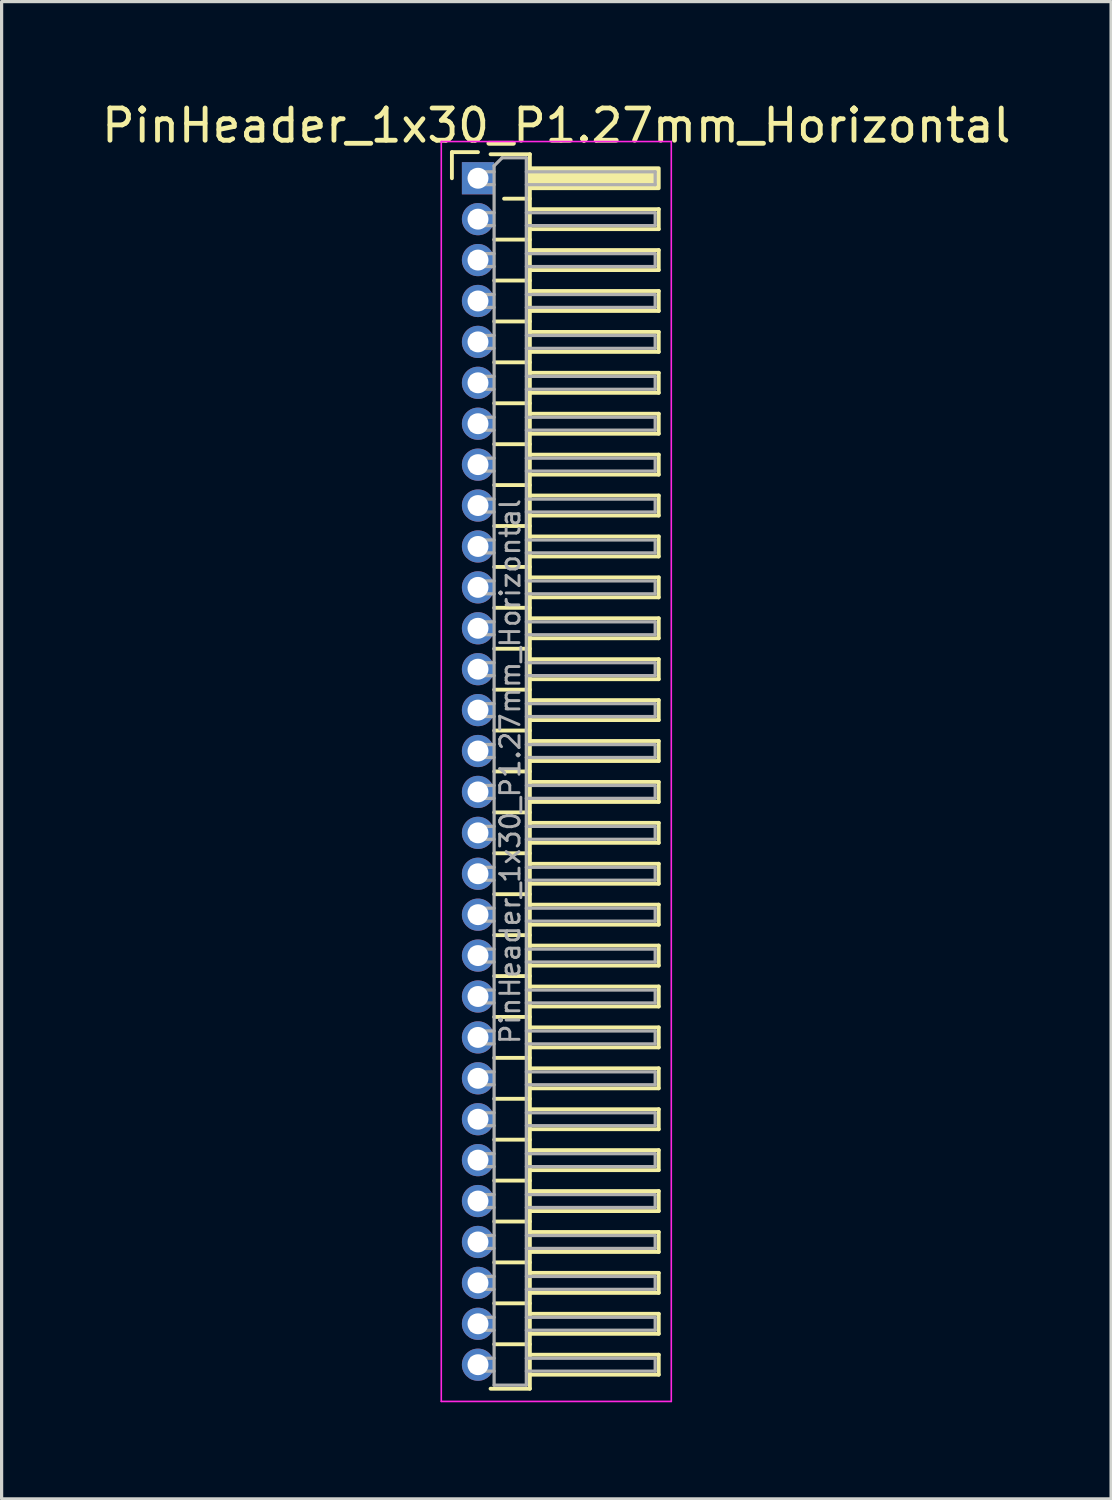
<source format=kicad_pcb>
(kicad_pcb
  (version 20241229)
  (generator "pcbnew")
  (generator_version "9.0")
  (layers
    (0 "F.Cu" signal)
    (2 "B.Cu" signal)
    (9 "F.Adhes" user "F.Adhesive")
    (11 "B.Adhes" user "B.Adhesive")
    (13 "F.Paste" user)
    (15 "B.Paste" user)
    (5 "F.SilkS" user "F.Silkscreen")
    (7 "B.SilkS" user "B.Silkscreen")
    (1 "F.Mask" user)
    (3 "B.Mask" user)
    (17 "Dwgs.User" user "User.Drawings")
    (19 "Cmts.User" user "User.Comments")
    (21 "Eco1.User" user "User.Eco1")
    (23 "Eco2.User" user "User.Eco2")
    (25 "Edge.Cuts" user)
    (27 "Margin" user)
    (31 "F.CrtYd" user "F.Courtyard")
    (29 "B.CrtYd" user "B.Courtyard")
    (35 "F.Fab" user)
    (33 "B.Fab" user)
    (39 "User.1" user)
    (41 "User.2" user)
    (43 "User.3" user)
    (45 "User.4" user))
  (footprint "PinHeader_1x30_P1.27mm_Horizontal"
    (layer "F.Cu")
    (at 11.788 2.483)
    (property "Reference" "PinHeader_1x30_P1.27mm_Horizontal" (at 2.433 -1.635 0) (layer "F.SilkS") (effects (font (size 1 1) (thickness 0.15))))
    (attr through_hole)
    (fp_line (start -0.81 -0.81) (end 0 -0.81) (stroke (width 0.12) (type solid)) (layer "F.SilkS"))
    (fp_line (start -0.81 0) (end -0.81 -0.81) (stroke (width 0.12) (type solid)) (layer "F.SilkS"))
    (fp_line (start 0.39 -0.745) (end 1.61 -0.745) (stroke (width 0.12) (type solid)) (layer "F.SilkS"))
    (fp_line (start 0.503 1.905) (end 1.61 1.905) (stroke (width 0.12) (type solid)) (layer "F.SilkS"))
    (fp_line (start 0.503 3.175) (end 1.61 3.175) (stroke (width 0.12) (type solid)) (layer "F.SilkS"))
    (fp_line (start 0.503 4.445) (end 1.61 4.445) (stroke (width 0.12) (type solid)) (layer "F.SilkS"))
    (fp_line (start 0.503 5.715) (end 1.61 5.715) (stroke (width 0.12) (type solid)) (layer "F.SilkS"))
    (fp_line (start 0.503 6.985) (end 1.61 6.985) (stroke (width 0.12) (type solid)) (layer "F.SilkS"))
    (fp_line (start 0.503 8.255) (end 1.61 8.255) (stroke (width 0.12) (type solid)) (layer "F.SilkS"))
    (fp_line (start 0.503 9.525) (end 1.61 9.525) (stroke (width 0.12) (type solid)) (layer "F.SilkS"))
    (fp_line (start 0.503 10.795) (end 1.61 10.795) (stroke (width 0.12) (type solid)) (layer "F.SilkS"))
    (fp_line (start 0.503 12.065) (end 1.61 12.065) (stroke (width 0.12) (type solid)) (layer "F.SilkS"))
    (fp_line (start 0.503 13.335) (end 1.61 13.335) (stroke (width 0.12) (type solid)) (layer "F.SilkS"))
    (fp_line (start 0.503 14.605) (end 1.61 14.605) (stroke (width 0.12) (type solid)) (layer "F.SilkS"))
    (fp_line (start 0.503 15.875) (end 1.61 15.875) (stroke (width 0.12) (type solid)) (layer "F.SilkS"))
    (fp_line (start 0.503 17.145) (end 1.61 17.145) (stroke (width 0.12) (type solid)) (layer "F.SilkS"))
    (fp_line (start 0.503 18.415) (end 1.61 18.415) (stroke (width 0.12) (type solid)) (layer "F.SilkS"))
    (fp_line (start 0.503 19.685) (end 1.61 19.685) (stroke (width 0.12) (type solid)) (layer "F.SilkS"))
    (fp_line (start 0.503 20.955) (end 1.61 20.955) (stroke (width 0.12) (type solid)) (layer "F.SilkS"))
    (fp_line (start 0.503 22.225) (end 1.61 22.225) (stroke (width 0.12) (type solid)) (layer "F.SilkS"))
    (fp_line (start 0.503 23.495) (end 1.61 23.495) (stroke (width 0.12) (type solid)) (layer "F.SilkS"))
    (fp_line (start 0.503 24.765) (end 1.61 24.765) (stroke (width 0.12) (type solid)) (layer "F.SilkS"))
    (fp_line (start 0.503 26.035) (end 1.61 26.035) (stroke (width 0.12) (type solid)) (layer "F.SilkS"))
    (fp_line (start 0.503 27.305) (end 1.61 27.305) (stroke (width 0.12) (type solid)) (layer "F.SilkS"))
    (fp_line (start 0.503 28.575) (end 1.61 28.575) (stroke (width 0.12) (type solid)) (layer "F.SilkS"))
    (fp_line (start 0.503 29.845) (end 1.61 29.845) (stroke (width 0.12) (type solid)) (layer "F.SilkS"))
    (fp_line (start 0.503 31.115) (end 1.61 31.115) (stroke (width 0.12) (type solid)) (layer "F.SilkS"))
    (fp_line (start 0.503 32.385) (end 1.61 32.385) (stroke (width 0.12) (type solid)) (layer "F.SilkS"))
    (fp_line (start 0.503 33.655) (end 1.61 33.655) (stroke (width 0.12) (type solid)) (layer "F.SilkS"))
    (fp_line (start 0.503 34.925) (end 1.61 34.925) (stroke (width 0.12) (type solid)) (layer "F.SilkS"))
    (fp_line (start 0.503 36.195) (end 1.61 36.195) (stroke (width 0.12) (type solid)) (layer "F.SilkS"))
    (fp_line (start 0.81 0.635) (end 1.61 0.635) (stroke (width 0.12) (type solid)) (layer "F.SilkS"))
    (fp_line (start 1.61 -0.745) (end 1.61 37.575) (stroke (width 0.12) (type solid)) (layer "F.SilkS"))
    (fp_line (start 1.61 0.96) (end 5.61 0.96) (stroke (width 0.12) (type solid)) (layer "F.SilkS"))
    (fp_line (start 1.61 2.23) (end 5.61 2.23) (stroke (width 0.12) (type solid)) (layer "F.SilkS"))
    (fp_line (start 1.61 3.5) (end 5.61 3.5) (stroke (width 0.12) (type solid)) (layer "F.SilkS"))
    (fp_line (start 1.61 4.77) (end 5.61 4.77) (stroke (width 0.12) (type solid)) (layer "F.SilkS"))
    (fp_line (start 1.61 6.04) (end 5.61 6.04) (stroke (width 0.12) (type solid)) (layer "F.SilkS"))
    (fp_line (start 1.61 7.31) (end 5.61 7.31) (stroke (width 0.12) (type solid)) (layer "F.SilkS"))
    (fp_line (start 1.61 8.58) (end 5.61 8.58) (stroke (width 0.12) (type solid)) (layer "F.SilkS"))
    (fp_line (start 1.61 9.85) (end 5.61 9.85) (stroke (width 0.12) (type solid)) (layer "F.SilkS"))
    (fp_line (start 1.61 11.12) (end 5.61 11.12) (stroke (width 0.12) (type solid)) (layer "F.SilkS"))
    (fp_line (start 1.61 12.39) (end 5.61 12.39) (stroke (width 0.12) (type solid)) (layer "F.SilkS"))
    (fp_line (start 1.61 13.66) (end 5.61 13.66) (stroke (width 0.12) (type solid)) (layer "F.SilkS"))
    (fp_line (start 1.61 14.93) (end 5.61 14.93) (stroke (width 0.12) (type solid)) (layer "F.SilkS"))
    (fp_line (start 1.61 16.2) (end 5.61 16.2) (stroke (width 0.12) (type solid)) (layer "F.SilkS"))
    (fp_line (start 1.61 17.47) (end 5.61 17.47) (stroke (width 0.12) (type solid)) (layer "F.SilkS"))
    (fp_line (start 1.61 18.74) (end 5.61 18.74) (stroke (width 0.12) (type solid)) (layer "F.SilkS"))
    (fp_line (start 1.61 20.01) (end 5.61 20.01) (stroke (width 0.12) (type solid)) (layer "F.SilkS"))
    (fp_line (start 1.61 21.28) (end 5.61 21.28) (stroke (width 0.12) (type solid)) (layer "F.SilkS"))
    (fp_line (start 1.61 22.55) (end 5.61 22.55) (stroke (width 0.12) (type solid)) (layer "F.SilkS"))
    (fp_line (start 1.61 23.82) (end 5.61 23.82) (stroke (width 0.12) (type solid)) (layer "F.SilkS"))
    (fp_line (start 1.61 25.09) (end 5.61 25.09) (stroke (width 0.12) (type solid)) (layer "F.SilkS"))
    (fp_line (start 1.61 26.36) (end 5.61 26.36) (stroke (width 0.12) (type solid)) (layer "F.SilkS"))
    (fp_line (start 1.61 27.63) (end 5.61 27.63) (stroke (width 0.12) (type solid)) (layer "F.SilkS"))
    (fp_line (start 1.61 28.9) (end 5.61 28.9) (stroke (width 0.12) (type solid)) (layer "F.SilkS"))
    (fp_line (start 1.61 30.17) (end 5.61 30.17) (stroke (width 0.12) (type solid)) (layer "F.SilkS"))
    (fp_line (start 1.61 31.44) (end 5.61 31.44) (stroke (width 0.12) (type solid)) (layer "F.SilkS"))
    (fp_line (start 1.61 32.71) (end 5.61 32.71) (stroke (width 0.12) (type solid)) (layer "F.SilkS"))
    (fp_line (start 1.61 33.98) (end 5.61 33.98) (stroke (width 0.12) (type solid)) (layer "F.SilkS"))
    (fp_line (start 1.61 35.25) (end 5.61 35.25) (stroke (width 0.12) (type solid)) (layer "F.SilkS"))
    (fp_line (start 1.61 36.52) (end 5.61 36.52) (stroke (width 0.12) (type solid)) (layer "F.SilkS"))
    (fp_line (start 1.61 37.575) (end 0.39 37.575) (stroke (width 0.12) (type solid)) (layer "F.SilkS"))
    (fp_line (start 5.61 0.96) (end 5.61 1.58) (stroke (width 0.12) (type solid)) (layer "F.SilkS"))
    (fp_line (start 5.61 1.58) (end 1.61 1.58) (stroke (width 0.12) (type solid)) (layer "F.SilkS"))
    (fp_line (start 5.61 2.23) (end 5.61 2.85) (stroke (width 0.12) (type solid)) (layer "F.SilkS"))
    (fp_line (start 5.61 2.85) (end 1.61 2.85) (stroke (width 0.12) (type solid)) (layer "F.SilkS"))
    (fp_line (start 5.61 3.5) (end 5.61 4.12) (stroke (width 0.12) (type solid)) (layer "F.SilkS"))
    (fp_line (start 5.61 4.12) (end 1.61 4.12) (stroke (width 0.12) (type solid)) (layer "F.SilkS"))
    (fp_line (start 5.61 4.77) (end 5.61 5.39) (stroke (width 0.12) (type solid)) (layer "F.SilkS"))
    (fp_line (start 5.61 5.39) (end 1.61 5.39) (stroke (width 0.12) (type solid)) (layer "F.SilkS"))
    (fp_line (start 5.61 6.04) (end 5.61 6.66) (stroke (width 0.12) (type solid)) (layer "F.SilkS"))
    (fp_line (start 5.61 6.66) (end 1.61 6.66) (stroke (width 0.12) (type solid)) (layer "F.SilkS"))
    (fp_line (start 5.61 7.31) (end 5.61 7.93) (stroke (width 0.12) (type solid)) (layer "F.SilkS"))
    (fp_line (start 5.61 7.93) (end 1.61 7.93) (stroke (width 0.12) (type solid)) (layer "F.SilkS"))
    (fp_line (start 5.61 8.58) (end 5.61 9.2) (stroke (width 0.12) (type solid)) (layer "F.SilkS"))
    (fp_line (start 5.61 9.2) (end 1.61 9.2) (stroke (width 0.12) (type solid)) (layer "F.SilkS"))
    (fp_line (start 5.61 9.85) (end 5.61 10.47) (stroke (width 0.12) (type solid)) (layer "F.SilkS"))
    (fp_line (start 5.61 10.47) (end 1.61 10.47) (stroke (width 0.12) (type solid)) (layer "F.SilkS"))
    (fp_line (start 5.61 11.12) (end 5.61 11.74) (stroke (width 0.12) (type solid)) (layer "F.SilkS"))
    (fp_line (start 5.61 11.74) (end 1.61 11.74) (stroke (width 0.12) (type solid)) (layer "F.SilkS"))
    (fp_line (start 5.61 12.39) (end 5.61 13.01) (stroke (width 0.12) (type solid)) (layer "F.SilkS"))
    (fp_line (start 5.61 13.01) (end 1.61 13.01) (stroke (width 0.12) (type solid)) (layer "F.SilkS"))
    (fp_line (start 5.61 13.66) (end 5.61 14.28) (stroke (width 0.12) (type solid)) (layer "F.SilkS"))
    (fp_line (start 5.61 14.28) (end 1.61 14.28) (stroke (width 0.12) (type solid)) (layer "F.SilkS"))
    (fp_line (start 5.61 14.93) (end 5.61 15.55) (stroke (width 0.12) (type solid)) (layer "F.SilkS"))
    (fp_line (start 5.61 15.55) (end 1.61 15.55) (stroke (width 0.12) (type solid)) (layer "F.SilkS"))
    (fp_line (start 5.61 16.2) (end 5.61 16.82) (stroke (width 0.12) (type solid)) (layer "F.SilkS"))
    (fp_line (start 5.61 16.82) (end 1.61 16.82) (stroke (width 0.12) (type solid)) (layer "F.SilkS"))
    (fp_line (start 5.61 17.47) (end 5.61 18.09) (stroke (width 0.12) (type solid)) (layer "F.SilkS"))
    (fp_line (start 5.61 18.09) (end 1.61 18.09) (stroke (width 0.12) (type solid)) (layer "F.SilkS"))
    (fp_line (start 5.61 18.74) (end 5.61 19.36) (stroke (width 0.12) (type solid)) (layer "F.SilkS"))
    (fp_line (start 5.61 19.36) (end 1.61 19.36) (stroke (width 0.12) (type solid)) (layer "F.SilkS"))
    (fp_line (start 5.61 20.01) (end 5.61 20.63) (stroke (width 0.12) (type solid)) (layer "F.SilkS"))
    (fp_line (start 5.61 20.63) (end 1.61 20.63) (stroke (width 0.12) (type solid)) (layer "F.SilkS"))
    (fp_line (start 5.61 21.28) (end 5.61 21.9) (stroke (width 0.12) (type solid)) (layer "F.SilkS"))
    (fp_line (start 5.61 21.9) (end 1.61 21.9) (stroke (width 0.12) (type solid)) (layer "F.SilkS"))
    (fp_line (start 5.61 22.55) (end 5.61 23.17) (stroke (width 0.12) (type solid)) (layer "F.SilkS"))
    (fp_line (start 5.61 23.17) (end 1.61 23.17) (stroke (width 0.12) (type solid)) (layer "F.SilkS"))
    (fp_line (start 5.61 23.82) (end 5.61 24.44) (stroke (width 0.12) (type solid)) (layer "F.SilkS"))
    (fp_line (start 5.61 24.44) (end 1.61 24.44) (stroke (width 0.12) (type solid)) (layer "F.SilkS"))
    (fp_line (start 5.61 25.09) (end 5.61 25.71) (stroke (width 0.12) (type solid)) (layer "F.SilkS"))
    (fp_line (start 5.61 25.71) (end 1.61 25.71) (stroke (width 0.12) (type solid)) (layer "F.SilkS"))
    (fp_line (start 5.61 26.36) (end 5.61 26.98) (stroke (width 0.12) (type solid)) (layer "F.SilkS"))
    (fp_line (start 5.61 26.98) (end 1.61 26.98) (stroke (width 0.12) (type solid)) (layer "F.SilkS"))
    (fp_line (start 5.61 27.63) (end 5.61 28.25) (stroke (width 0.12) (type solid)) (layer "F.SilkS"))
    (fp_line (start 5.61 28.25) (end 1.61 28.25) (stroke (width 0.12) (type solid)) (layer "F.SilkS"))
    (fp_line (start 5.61 28.9) (end 5.61 29.52) (stroke (width 0.12) (type solid)) (layer "F.SilkS"))
    (fp_line (start 5.61 29.52) (end 1.61 29.52) (stroke (width 0.12) (type solid)) (layer "F.SilkS"))
    (fp_line (start 5.61 30.17) (end 5.61 30.79) (stroke (width 0.12) (type solid)) (layer "F.SilkS"))
    (fp_line (start 5.61 30.79) (end 1.61 30.79) (stroke (width 0.12) (type solid)) (layer "F.SilkS"))
    (fp_line (start 5.61 31.44) (end 5.61 32.06) (stroke (width 0.12) (type solid)) (layer "F.SilkS"))
    (fp_line (start 5.61 32.06) (end 1.61 32.06) (stroke (width 0.12) (type solid)) (layer "F.SilkS"))
    (fp_line (start 5.61 32.71) (end 5.61 33.33) (stroke (width 0.12) (type solid)) (layer "F.SilkS"))
    (fp_line (start 5.61 33.33) (end 1.61 33.33) (stroke (width 0.12) (type solid)) (layer "F.SilkS"))
    (fp_line (start 5.61 33.98) (end 5.61 34.6) (stroke (width 0.12) (type solid)) (layer "F.SilkS"))
    (fp_line (start 5.61 34.6) (end 1.61 34.6) (stroke (width 0.12) (type solid)) (layer "F.SilkS"))
    (fp_line (start 5.61 35.25) (end 5.61 35.87) (stroke (width 0.12) (type solid)) (layer "F.SilkS"))
    (fp_line (start 5.61 35.87) (end 1.61 35.87) (stroke (width 0.12) (type solid)) (layer "F.SilkS"))
    (fp_line (start 5.61 36.52) (end 5.61 37.14) (stroke (width 0.12) (type solid)) (layer "F.SilkS"))
    (fp_line (start 5.61 37.14) (end 1.61 37.14) (stroke (width 0.12) (type solid)) (layer "F.SilkS"))
    (fp_rect (start 1.61 -0.31) (end 5.61 0.31) (stroke (width 0.12) (type solid)) (fill yes) (layer "F.SilkS"))
    (fp_line (start -1.14 -1.14) (end -1.14 37.97) (stroke (width 0.05) (type solid)) (layer "F.CrtYd"))
    (fp_line (start -1.14 37.97) (end 6 37.97) (stroke (width 0.05) (type solid)) (layer "F.CrtYd"))
    (fp_line (start 6 -1.14) (end -1.14 -1.14) (stroke (width 0.05) (type solid)) (layer "F.CrtYd"))
    (fp_line (start 6 37.97) (end 6 -1.14) (stroke (width 0.05) (type solid)) (layer "F.CrtYd"))
    (fp_line (start -0.2 -0.2) (end -0.2 0.2) (stroke (width 0.1) (type solid)) (layer "F.Fab"))
    (fp_line (start -0.2 -0.2) (end 0.5 -0.2) (stroke (width 0.1) (type solid)) (layer "F.Fab"))
    (fp_line (start -0.2 0.2) (end 0.5 0.2) (stroke (width 0.1) (type solid)) (layer "F.Fab"))
    (fp_line (start -0.2 1.07) (end -0.2 1.47) (stroke (width 0.1) (type solid)) (layer "F.Fab"))
    (fp_line (start -0.2 1.07) (end 0.5 1.07) (stroke (width 0.1) (type solid)) (layer "F.Fab"))
    (fp_line (start -0.2 1.47) (end 0.5 1.47) (stroke (width 0.1) (type solid)) (layer "F.Fab"))
    (fp_line (start -0.2 2.34) (end -0.2 2.74) (stroke (width 0.1) (type solid)) (layer "F.Fab"))
    (fp_line (start -0.2 2.34) (end 0.5 2.34) (stroke (width 0.1) (type solid)) (layer "F.Fab"))
    (fp_line (start -0.2 2.74) (end 0.5 2.74) (stroke (width 0.1) (type solid)) (layer "F.Fab"))
    (fp_line (start -0.2 3.61) (end -0.2 4.01) (stroke (width 0.1) (type solid)) (layer "F.Fab"))
    (fp_line (start -0.2 3.61) (end 0.5 3.61) (stroke (width 0.1) (type solid)) (layer "F.Fab"))
    (fp_line (start -0.2 4.01) (end 0.5 4.01) (stroke (width 0.1) (type solid)) (layer "F.Fab"))
    (fp_line (start -0.2 4.88) (end -0.2 5.28) (stroke (width 0.1) (type solid)) (layer "F.Fab"))
    (fp_line (start -0.2 4.88) (end 0.5 4.88) (stroke (width 0.1) (type solid)) (layer "F.Fab"))
    (fp_line (start -0.2 5.28) (end 0.5 5.28) (stroke (width 0.1) (type solid)) (layer "F.Fab"))
    (fp_line (start -0.2 6.15) (end -0.2 6.55) (stroke (width 0.1) (type solid)) (layer "F.Fab"))
    (fp_line (start -0.2 6.15) (end 0.5 6.15) (stroke (width 0.1) (type solid)) (layer "F.Fab"))
    (fp_line (start -0.2 6.55) (end 0.5 6.55) (stroke (width 0.1) (type solid)) (layer "F.Fab"))
    (fp_line (start -0.2 7.42) (end -0.2 7.82) (stroke (width 0.1) (type solid)) (layer "F.Fab"))
    (fp_line (start -0.2 7.42) (end 0.5 7.42) (stroke (width 0.1) (type solid)) (layer "F.Fab"))
    (fp_line (start -0.2 7.82) (end 0.5 7.82) (stroke (width 0.1) (type solid)) (layer "F.Fab"))
    (fp_line (start -0.2 8.69) (end -0.2 9.09) (stroke (width 0.1) (type solid)) (layer "F.Fab"))
    (fp_line (start -0.2 8.69) (end 0.5 8.69) (stroke (width 0.1) (type solid)) (layer "F.Fab"))
    (fp_line (start -0.2 9.09) (end 0.5 9.09) (stroke (width 0.1) (type solid)) (layer "F.Fab"))
    (fp_line (start -0.2 9.96) (end -0.2 10.36) (stroke (width 0.1) (type solid)) (layer "F.Fab"))
    (fp_line (start -0.2 9.96) (end 0.5 9.96) (stroke (width 0.1) (type solid)) (layer "F.Fab"))
    (fp_line (start -0.2 10.36) (end 0.5 10.36) (stroke (width 0.1) (type solid)) (layer "F.Fab"))
    (fp_line (start -0.2 11.23) (end -0.2 11.63) (stroke (width 0.1) (type solid)) (layer "F.Fab"))
    (fp_line (start -0.2 11.23) (end 0.5 11.23) (stroke (width 0.1) (type solid)) (layer "F.Fab"))
    (fp_line (start -0.2 11.63) (end 0.5 11.63) (stroke (width 0.1) (type solid)) (layer "F.Fab"))
    (fp_line (start -0.2 12.5) (end -0.2 12.9) (stroke (width 0.1) (type solid)) (layer "F.Fab"))
    (fp_line (start -0.2 12.5) (end 0.5 12.5) (stroke (width 0.1) (type solid)) (layer "F.Fab"))
    (fp_line (start -0.2 12.9) (end 0.5 12.9) (stroke (width 0.1) (type solid)) (layer "F.Fab"))
    (fp_line (start -0.2 13.77) (end -0.2 14.17) (stroke (width 0.1) (type solid)) (layer "F.Fab"))
    (fp_line (start -0.2 13.77) (end 0.5 13.77) (stroke (width 0.1) (type solid)) (layer "F.Fab"))
    (fp_line (start -0.2 14.17) (end 0.5 14.17) (stroke (width 0.1) (type solid)) (layer "F.Fab"))
    (fp_line (start -0.2 15.04) (end -0.2 15.44) (stroke (width 0.1) (type solid)) (layer "F.Fab"))
    (fp_line (start -0.2 15.04) (end 0.5 15.04) (stroke (width 0.1) (type solid)) (layer "F.Fab"))
    (fp_line (start -0.2 15.44) (end 0.5 15.44) (stroke (width 0.1) (type solid)) (layer "F.Fab"))
    (fp_line (start -0.2 16.31) (end -0.2 16.71) (stroke (width 0.1) (type solid)) (layer "F.Fab"))
    (fp_line (start -0.2 16.31) (end 0.5 16.31) (stroke (width 0.1) (type solid)) (layer "F.Fab"))
    (fp_line (start -0.2 16.71) (end 0.5 16.71) (stroke (width 0.1) (type solid)) (layer "F.Fab"))
    (fp_line (start -0.2 17.58) (end -0.2 17.98) (stroke (width 0.1) (type solid)) (layer "F.Fab"))
    (fp_line (start -0.2 17.58) (end 0.5 17.58) (stroke (width 0.1) (type solid)) (layer "F.Fab"))
    (fp_line (start -0.2 17.98) (end 0.5 17.98) (stroke (width 0.1) (type solid)) (layer "F.Fab"))
    (fp_line (start -0.2 18.85) (end -0.2 19.25) (stroke (width 0.1) (type solid)) (layer "F.Fab"))
    (fp_line (start -0.2 18.85) (end 0.5 18.85) (stroke (width 0.1) (type solid)) (layer "F.Fab"))
    (fp_line (start -0.2 19.25) (end 0.5 19.25) (stroke (width 0.1) (type solid)) (layer "F.Fab"))
    (fp_line (start -0.2 20.12) (end -0.2 20.52) (stroke (width 0.1) (type solid)) (layer "F.Fab"))
    (fp_line (start -0.2 20.12) (end 0.5 20.12) (stroke (width 0.1) (type solid)) (layer "F.Fab"))
    (fp_line (start -0.2 20.52) (end 0.5 20.52) (stroke (width 0.1) (type solid)) (layer "F.Fab"))
    (fp_line (start -0.2 21.39) (end -0.2 21.79) (stroke (width 0.1) (type solid)) (layer "F.Fab"))
    (fp_line (start -0.2 21.39) (end 0.5 21.39) (stroke (width 0.1) (type solid)) (layer "F.Fab"))
    (fp_line (start -0.2 21.79) (end 0.5 21.79) (stroke (width 0.1) (type solid)) (layer "F.Fab"))
    (fp_line (start -0.2 22.66) (end -0.2 23.06) (stroke (width 0.1) (type solid)) (layer "F.Fab"))
    (fp_line (start -0.2 22.66) (end 0.5 22.66) (stroke (width 0.1) (type solid)) (layer "F.Fab"))
    (fp_line (start -0.2 23.06) (end 0.5 23.06) (stroke (width 0.1) (type solid)) (layer "F.Fab"))
    (fp_line (start -0.2 23.93) (end -0.2 24.33) (stroke (width 0.1) (type solid)) (layer "F.Fab"))
    (fp_line (start -0.2 23.93) (end 0.5 23.93) (stroke (width 0.1) (type solid)) (layer "F.Fab"))
    (fp_line (start -0.2 24.33) (end 0.5 24.33) (stroke (width 0.1) (type solid)) (layer "F.Fab"))
    (fp_line (start -0.2 25.2) (end -0.2 25.6) (stroke (width 0.1) (type solid)) (layer "F.Fab"))
    (fp_line (start -0.2 25.2) (end 0.5 25.2) (stroke (width 0.1) (type solid)) (layer "F.Fab"))
    (fp_line (start -0.2 25.6) (end 0.5 25.6) (stroke (width 0.1) (type solid)) (layer "F.Fab"))
    (fp_line (start -0.2 26.47) (end -0.2 26.87) (stroke (width 0.1) (type solid)) (layer "F.Fab"))
    (fp_line (start -0.2 26.47) (end 0.5 26.47) (stroke (width 0.1) (type solid)) (layer "F.Fab"))
    (fp_line (start -0.2 26.87) (end 0.5 26.87) (stroke (width 0.1) (type solid)) (layer "F.Fab"))
    (fp_line (start -0.2 27.74) (end -0.2 28.14) (stroke (width 0.1) (type solid)) (layer "F.Fab"))
    (fp_line (start -0.2 27.74) (end 0.5 27.74) (stroke (width 0.1) (type solid)) (layer "F.Fab"))
    (fp_line (start -0.2 28.14) (end 0.5 28.14) (stroke (width 0.1) (type solid)) (layer "F.Fab"))
    (fp_line (start -0.2 29.01) (end -0.2 29.41) (stroke (width 0.1) (type solid)) (layer "F.Fab"))
    (fp_line (start -0.2 29.01) (end 0.5 29.01) (stroke (width 0.1) (type solid)) (layer "F.Fab"))
    (fp_line (start -0.2 29.41) (end 0.5 29.41) (stroke (width 0.1) (type solid)) (layer "F.Fab"))
    (fp_line (start -0.2 30.28) (end -0.2 30.68) (stroke (width 0.1) (type solid)) (layer "F.Fab"))
    (fp_line (start -0.2 30.28) (end 0.5 30.28) (stroke (width 0.1) (type solid)) (layer "F.Fab"))
    (fp_line (start -0.2 30.68) (end 0.5 30.68) (stroke (width 0.1) (type solid)) (layer "F.Fab"))
    (fp_line (start -0.2 31.55) (end -0.2 31.95) (stroke (width 0.1) (type solid)) (layer "F.Fab"))
    (fp_line (start -0.2 31.55) (end 0.5 31.55) (stroke (width 0.1) (type solid)) (layer "F.Fab"))
    (fp_line (start -0.2 31.95) (end 0.5 31.95) (stroke (width 0.1) (type solid)) (layer "F.Fab"))
    (fp_line (start -0.2 32.82) (end -0.2 33.22) (stroke (width 0.1) (type solid)) (layer "F.Fab"))
    (fp_line (start -0.2 32.82) (end 0.5 32.82) (stroke (width 0.1) (type solid)) (layer "F.Fab"))
    (fp_line (start -0.2 33.22) (end 0.5 33.22) (stroke (width 0.1) (type solid)) (layer "F.Fab"))
    (fp_line (start -0.2 34.09) (end -0.2 34.49) (stroke (width 0.1) (type solid)) (layer "F.Fab"))
    (fp_line (start -0.2 34.09) (end 0.5 34.09) (stroke (width 0.1) (type solid)) (layer "F.Fab"))
    (fp_line (start -0.2 34.49) (end 0.5 34.49) (stroke (width 0.1) (type solid)) (layer "F.Fab"))
    (fp_line (start -0.2 35.36) (end -0.2 35.76) (stroke (width 0.1) (type solid)) (layer "F.Fab"))
    (fp_line (start -0.2 35.36) (end 0.5 35.36) (stroke (width 0.1) (type solid)) (layer "F.Fab"))
    (fp_line (start -0.2 35.76) (end 0.5 35.76) (stroke (width 0.1) (type solid)) (layer "F.Fab"))
    (fp_line (start -0.2 36.63) (end -0.2 37.03) (stroke (width 0.1) (type solid)) (layer "F.Fab"))
    (fp_line (start -0.2 36.63) (end 0.5 36.63) (stroke (width 0.1) (type solid)) (layer "F.Fab"))
    (fp_line (start -0.2 37.03) (end 0.5 37.03) (stroke (width 0.1) (type solid)) (layer "F.Fab"))
    (fp_line (start 0.5 -0.385) (end 0.75 -0.635) (stroke (width 0.1) (type solid)) (layer "F.Fab"))
    (fp_line (start 0.5 37.465) (end 0.5 -0.385) (stroke (width 0.1) (type solid)) (layer "F.Fab"))
    (fp_line (start 0.75 -0.635) (end 1.5 -0.635) (stroke (width 0.1) (type solid)) (layer "F.Fab"))
    (fp_line (start 1.5 -0.635) (end 1.5 37.465) (stroke (width 0.1) (type solid)) (layer "F.Fab"))
    (fp_line (start 1.5 -0.2) (end 5.5 -0.2) (stroke (width 0.1) (type solid)) (layer "F.Fab"))
    (fp_line (start 1.5 0.2) (end 5.5 0.2) (stroke (width 0.1) (type solid)) (layer "F.Fab"))
    (fp_line (start 1.5 1.07) (end 5.5 1.07) (stroke (width 0.1) (type solid)) (layer "F.Fab"))
    (fp_line (start 1.5 1.47) (end 5.5 1.47) (stroke (width 0.1) (type solid)) (layer "F.Fab"))
    (fp_line (start 1.5 2.34) (end 5.5 2.34) (stroke (width 0.1) (type solid)) (layer "F.Fab"))
    (fp_line (start 1.5 2.74) (end 5.5 2.74) (stroke (width 0.1) (type solid)) (layer "F.Fab"))
    (fp_line (start 1.5 3.61) (end 5.5 3.61) (stroke (width 0.1) (type solid)) (layer "F.Fab"))
    (fp_line (start 1.5 4.01) (end 5.5 4.01) (stroke (width 0.1) (type solid)) (layer "F.Fab"))
    (fp_line (start 1.5 4.88) (end 5.5 4.88) (stroke (width 0.1) (type solid)) (layer "F.Fab"))
    (fp_line (start 1.5 5.28) (end 5.5 5.28) (stroke (width 0.1) (type solid)) (layer "F.Fab"))
    (fp_line (start 1.5 6.15) (end 5.5 6.15) (stroke (width 0.1) (type solid)) (layer "F.Fab"))
    (fp_line (start 1.5 6.55) (end 5.5 6.55) (stroke (width 0.1) (type solid)) (layer "F.Fab"))
    (fp_line (start 1.5 7.42) (end 5.5 7.42) (stroke (width 0.1) (type solid)) (layer "F.Fab"))
    (fp_line (start 1.5 7.82) (end 5.5 7.82) (stroke (width 0.1) (type solid)) (layer "F.Fab"))
    (fp_line (start 1.5 8.69) (end 5.5 8.69) (stroke (width 0.1) (type solid)) (layer "F.Fab"))
    (fp_line (start 1.5 9.09) (end 5.5 9.09) (stroke (width 0.1) (type solid)) (layer "F.Fab"))
    (fp_line (start 1.5 9.96) (end 5.5 9.96) (stroke (width 0.1) (type solid)) (layer "F.Fab"))
    (fp_line (start 1.5 10.36) (end 5.5 10.36) (stroke (width 0.1) (type solid)) (layer "F.Fab"))
    (fp_line (start 1.5 11.23) (end 5.5 11.23) (stroke (width 0.1) (type solid)) (layer "F.Fab"))
    (fp_line (start 1.5 11.63) (end 5.5 11.63) (stroke (width 0.1) (type solid)) (layer "F.Fab"))
    (fp_line (start 1.5 12.5) (end 5.5 12.5) (stroke (width 0.1) (type solid)) (layer "F.Fab"))
    (fp_line (start 1.5 12.9) (end 5.5 12.9) (stroke (width 0.1) (type solid)) (layer "F.Fab"))
    (fp_line (start 1.5 13.77) (end 5.5 13.77) (stroke (width 0.1) (type solid)) (layer "F.Fab"))
    (fp_line (start 1.5 14.17) (end 5.5 14.17) (stroke (width 0.1) (type solid)) (layer "F.Fab"))
    (fp_line (start 1.5 15.04) (end 5.5 15.04) (stroke (width 0.1) (type solid)) (layer "F.Fab"))
    (fp_line (start 1.5 15.44) (end 5.5 15.44) (stroke (width 0.1) (type solid)) (layer "F.Fab"))
    (fp_line (start 1.5 16.31) (end 5.5 16.31) (stroke (width 0.1) (type solid)) (layer "F.Fab"))
    (fp_line (start 1.5 16.71) (end 5.5 16.71) (stroke (width 0.1) (type solid)) (layer "F.Fab"))
    (fp_line (start 1.5 17.58) (end 5.5 17.58) (stroke (width 0.1) (type solid)) (layer "F.Fab"))
    (fp_line (start 1.5 17.98) (end 5.5 17.98) (stroke (width 0.1) (type solid)) (layer "F.Fab"))
    (fp_line (start 1.5 18.85) (end 5.5 18.85) (stroke (width 0.1) (type solid)) (layer "F.Fab"))
    (fp_line (start 1.5 19.25) (end 5.5 19.25) (stroke (width 0.1) (type solid)) (layer "F.Fab"))
    (fp_line (start 1.5 20.12) (end 5.5 20.12) (stroke (width 0.1) (type solid)) (layer "F.Fab"))
    (fp_line (start 1.5 20.52) (end 5.5 20.52) (stroke (width 0.1) (type solid)) (layer "F.Fab"))
    (fp_line (start 1.5 21.39) (end 5.5 21.39) (stroke (width 0.1) (type solid)) (layer "F.Fab"))
    (fp_line (start 1.5 21.79) (end 5.5 21.79) (stroke (width 0.1) (type solid)) (layer "F.Fab"))
    (fp_line (start 1.5 22.66) (end 5.5 22.66) (stroke (width 0.1) (type solid)) (layer "F.Fab"))
    (fp_line (start 1.5 23.06) (end 5.5 23.06) (stroke (width 0.1) (type solid)) (layer "F.Fab"))
    (fp_line (start 1.5 23.93) (end 5.5 23.93) (stroke (width 0.1) (type solid)) (layer "F.Fab"))
    (fp_line (start 1.5 24.33) (end 5.5 24.33) (stroke (width 0.1) (type solid)) (layer "F.Fab"))
    (fp_line (start 1.5 25.2) (end 5.5 25.2) (stroke (width 0.1) (type solid)) (layer "F.Fab"))
    (fp_line (start 1.5 25.6) (end 5.5 25.6) (stroke (width 0.1) (type solid)) (layer "F.Fab"))
    (fp_line (start 1.5 26.47) (end 5.5 26.47) (stroke (width 0.1) (type solid)) (layer "F.Fab"))
    (fp_line (start 1.5 26.87) (end 5.5 26.87) (stroke (width 0.1) (type solid)) (layer "F.Fab"))
    (fp_line (start 1.5 27.74) (end 5.5 27.74) (stroke (width 0.1) (type solid)) (layer "F.Fab"))
    (fp_line (start 1.5 28.14) (end 5.5 28.14) (stroke (width 0.1) (type solid)) (layer "F.Fab"))
    (fp_line (start 1.5 29.01) (end 5.5 29.01) (stroke (width 0.1) (type solid)) (layer "F.Fab"))
    (fp_line (start 1.5 29.41) (end 5.5 29.41) (stroke (width 0.1) (type solid)) (layer "F.Fab"))
    (fp_line (start 1.5 30.28) (end 5.5 30.28) (stroke (width 0.1) (type solid)) (layer "F.Fab"))
    (fp_line (start 1.5 30.68) (end 5.5 30.68) (stroke (width 0.1) (type solid)) (layer "F.Fab"))
    (fp_line (start 1.5 31.55) (end 5.5 31.55) (stroke (width 0.1) (type solid)) (layer "F.Fab"))
    (fp_line (start 1.5 31.95) (end 5.5 31.95) (stroke (width 0.1) (type solid)) (layer "F.Fab"))
    (fp_line (start 1.5 32.82) (end 5.5 32.82) (stroke (width 0.1) (type solid)) (layer "F.Fab"))
    (fp_line (start 1.5 33.22) (end 5.5 33.22) (stroke (width 0.1) (type solid)) (layer "F.Fab"))
    (fp_line (start 1.5 34.09) (end 5.5 34.09) (stroke (width 0.1) (type solid)) (layer "F.Fab"))
    (fp_line (start 1.5 34.49) (end 5.5 34.49) (stroke (width 0.1) (type solid)) (layer "F.Fab"))
    (fp_line (start 1.5 35.36) (end 5.5 35.36) (stroke (width 0.1) (type solid)) (layer "F.Fab"))
    (fp_line (start 1.5 35.76) (end 5.5 35.76) (stroke (width 0.1) (type solid)) (layer "F.Fab"))
    (fp_line (start 1.5 36.63) (end 5.5 36.63) (stroke (width 0.1) (type solid)) (layer "F.Fab"))
    (fp_line (start 1.5 37.03) (end 5.5 37.03) (stroke (width 0.1) (type solid)) (layer "F.Fab"))
    (fp_line (start 1.5 37.465) (end 0.5 37.465) (stroke (width 0.1) (type solid)) (layer "F.Fab"))
    (fp_line (start 5.5 -0.2) (end 5.5 0.2) (stroke (width 0.1) (type solid)) (layer "F.Fab"))
    (fp_line (start 5.5 1.07) (end 5.5 1.47) (stroke (width 0.1) (type solid)) (layer "F.Fab"))
    (fp_line (start 5.5 2.34) (end 5.5 2.74) (stroke (width 0.1) (type solid)) (layer "F.Fab"))
    (fp_line (start 5.5 3.61) (end 5.5 4.01) (stroke (width 0.1) (type solid)) (layer "F.Fab"))
    (fp_line (start 5.5 4.88) (end 5.5 5.28) (stroke (width 0.1) (type solid)) (layer "F.Fab"))
    (fp_line (start 5.5 6.15) (end 5.5 6.55) (stroke (width 0.1) (type solid)) (layer "F.Fab"))
    (fp_line (start 5.5 7.42) (end 5.5 7.82) (stroke (width 0.1) (type solid)) (layer "F.Fab"))
    (fp_line (start 5.5 8.69) (end 5.5 9.09) (stroke (width 0.1) (type solid)) (layer "F.Fab"))
    (fp_line (start 5.5 9.96) (end 5.5 10.36) (stroke (width 0.1) (type solid)) (layer "F.Fab"))
    (fp_line (start 5.5 11.23) (end 5.5 11.63) (stroke (width 0.1) (type solid)) (layer "F.Fab"))
    (fp_line (start 5.5 12.5) (end 5.5 12.9) (stroke (width 0.1) (type solid)) (layer "F.Fab"))
    (fp_line (start 5.5 13.77) (end 5.5 14.17) (stroke (width 0.1) (type solid)) (layer "F.Fab"))
    (fp_line (start 5.5 15.04) (end 5.5 15.44) (stroke (width 0.1) (type solid)) (layer "F.Fab"))
    (fp_line (start 5.5 16.31) (end 5.5 16.71) (stroke (width 0.1) (type solid)) (layer "F.Fab"))
    (fp_line (start 5.5 17.58) (end 5.5 17.98) (stroke (width 0.1) (type solid)) (layer "F.Fab"))
    (fp_line (start 5.5 18.85) (end 5.5 19.25) (stroke (width 0.1) (type solid)) (layer "F.Fab"))
    (fp_line (start 5.5 20.12) (end 5.5 20.52) (stroke (width 0.1) (type solid)) (layer "F.Fab"))
    (fp_line (start 5.5 21.39) (end 5.5 21.79) (stroke (width 0.1) (type solid)) (layer "F.Fab"))
    (fp_line (start 5.5 22.66) (end 5.5 23.06) (stroke (width 0.1) (type solid)) (layer "F.Fab"))
    (fp_line (start 5.5 23.93) (end 5.5 24.33) (stroke (width 0.1) (type solid)) (layer "F.Fab"))
    (fp_line (start 5.5 25.2) (end 5.5 25.6) (stroke (width 0.1) (type solid)) (layer "F.Fab"))
    (fp_line (start 5.5 26.47) (end 5.5 26.87) (stroke (width 0.1) (type solid)) (layer "F.Fab"))
    (fp_line (start 5.5 27.74) (end 5.5 28.14) (stroke (width 0.1) (type solid)) (layer "F.Fab"))
    (fp_line (start 5.5 29.01) (end 5.5 29.41) (stroke (width 0.1) (type solid)) (layer "F.Fab"))
    (fp_line (start 5.5 30.28) (end 5.5 30.68) (stroke (width 0.1) (type solid)) (layer "F.Fab"))
    (fp_line (start 5.5 31.55) (end 5.5 31.95) (stroke (width 0.1) (type solid)) (layer "F.Fab"))
    (fp_line (start 5.5 32.82) (end 5.5 33.22) (stroke (width 0.1) (type solid)) (layer "F.Fab"))
    (fp_line (start 5.5 34.09) (end 5.5 34.49) (stroke (width 0.1) (type solid)) (layer "F.Fab"))
    (fp_line (start 5.5 35.36) (end 5.5 35.76) (stroke (width 0.1) (type solid)) (layer "F.Fab"))
    (fp_line (start 5.5 36.63) (end 5.5 37.03) (stroke (width 0.1) (type solid)) (layer "F.Fab"))
    (fp_text user "${REFERENCE}" (at 1 18.415 90) (layer "F.Fab") (effects (font (size 0.6 0.6) (thickness 0.09))))
    (pad "1" thru_hole rect (at 0 0) (size 1 1) (drill 0.65) (layers "*.Cu" "*.Mask"))
    (pad "2" thru_hole circle (at 0 1.27) (size 1 1) (drill 0.65) (layers "*.Cu" "*.Mask"))
    (pad "3" thru_hole circle (at 0 2.54) (size 1 1) (drill 0.65) (layers "*.Cu" "*.Mask"))
    (pad "4" thru_hole circle (at 0 3.81) (size 1 1) (drill 0.65) (layers "*.Cu" "*.Mask"))
    (pad "5" thru_hole circle (at 0 5.08) (size 1 1) (drill 0.65) (layers "*.Cu" "*.Mask"))
    (pad "6" thru_hole circle (at 0 6.35) (size 1 1) (drill 0.65) (layers "*.Cu" "*.Mask"))
    (pad "7" thru_hole circle (at 0 7.62) (size 1 1) (drill 0.65) (layers "*.Cu" "*.Mask"))
    (pad "8" thru_hole circle (at 0 8.89) (size 1 1) (drill 0.65) (layers "*.Cu" "*.Mask"))
    (pad "9" thru_hole circle (at 0 10.16) (size 1 1) (drill 0.65) (layers "*.Cu" "*.Mask"))
    (pad "10" thru_hole circle (at 0 11.43) (size 1 1) (drill 0.65) (layers "*.Cu" "*.Mask"))
    (pad "11" thru_hole circle (at 0 12.7) (size 1 1) (drill 0.65) (layers "*.Cu" "*.Mask"))
    (pad "12" thru_hole circle (at 0 13.97) (size 1 1) (drill 0.65) (layers "*.Cu" "*.Mask"))
    (pad "13" thru_hole circle (at 0 15.24) (size 1 1) (drill 0.65) (layers "*.Cu" "*.Mask"))
    (pad "14" thru_hole circle (at 0 16.51) (size 1 1) (drill 0.65) (layers "*.Cu" "*.Mask"))
    (pad "15" thru_hole circle (at 0 17.78) (size 1 1) (drill 0.65) (layers "*.Cu" "*.Mask"))
    (pad "16" thru_hole circle (at 0 19.05) (size 1 1) (drill 0.65) (layers "*.Cu" "*.Mask"))
    (pad "17" thru_hole circle (at 0 20.32) (size 1 1) (drill 0.65) (layers "*.Cu" "*.Mask"))
    (pad "18" thru_hole circle (at 0 21.59) (size 1 1) (drill 0.65) (layers "*.Cu" "*.Mask"))
    (pad "19" thru_hole circle (at 0 22.86) (size 1 1) (drill 0.65) (layers "*.Cu" "*.Mask"))
    (pad "20" thru_hole circle (at 0 24.13) (size 1 1) (drill 0.65) (layers "*.Cu" "*.Mask"))
    (pad "21" thru_hole circle (at 0 25.4) (size 1 1) (drill 0.65) (layers "*.Cu" "*.Mask"))
    (pad "22" thru_hole circle (at 0 26.67) (size 1 1) (drill 0.65) (layers "*.Cu" "*.Mask"))
    (pad "23" thru_hole circle (at 0 27.94) (size 1 1) (drill 0.65) (layers "*.Cu" "*.Mask"))
    (pad "24" thru_hole circle (at 0 29.21) (size 1 1) (drill 0.65) (layers "*.Cu" "*.Mask"))
    (pad "25" thru_hole circle (at 0 30.48) (size 1 1) (drill 0.65) (layers "*.Cu" "*.Mask"))
    (pad "26" thru_hole circle (at 0 31.75) (size 1 1) (drill 0.65) (layers "*.Cu" "*.Mask"))
    (pad "27" thru_hole circle (at 0 33.02) (size 1 1) (drill 0.65) (layers "*.Cu" "*.Mask"))
    (pad "28" thru_hole circle (at 0 34.29) (size 1 1) (drill 0.65) (layers "*.Cu" "*.Mask"))
    (pad "29" thru_hole circle (at 0 35.56) (size 1 1) (drill 0.65) (layers "*.Cu" "*.Mask"))
    (pad "30" thru_hole circle (at 0 36.83) (size 1 1) (drill 0.65) (layers "*.Cu" "*.Mask")))
  (gr_rect
    (start -3 -3)
    (end 31.44 43.478)
    (stroke (width 0.1) (type default))
    (fill no)
    (layer "Edge.Cuts")))
</source>
